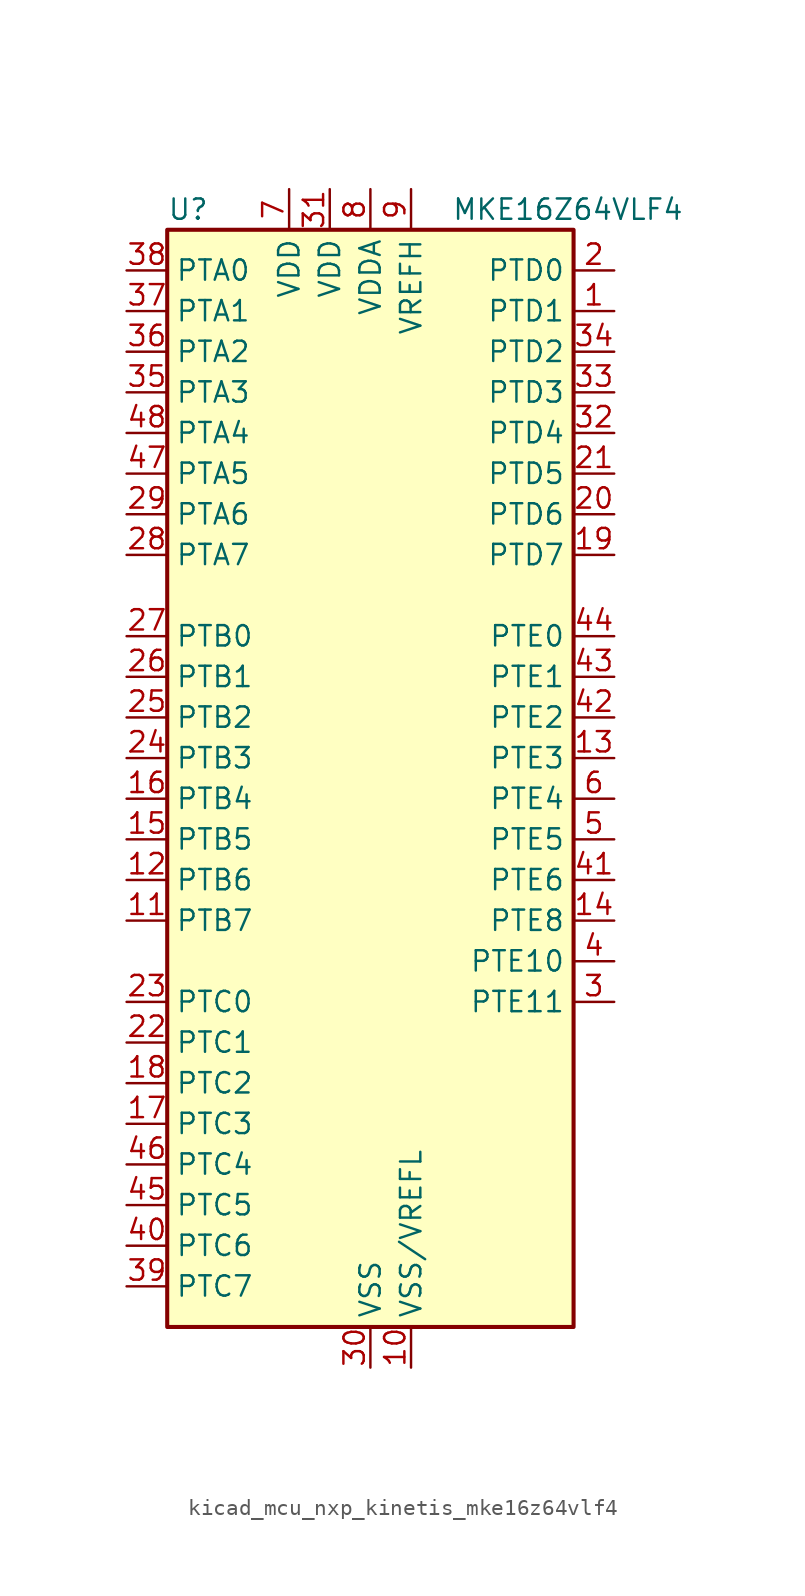
<source format=kicad_sym>
(kicad_symbol_lib
  (version 20220914)
  (generator kicad_symbol_editor)
  (symbol "kicad_mcu_nxp_kinetis_mke16z64vlf4"
    (property "Reference" "U"
      (at -12.7 36.83 0)
      (effects (font (size 1.27 1.27)) (justify left)))
    (property "Value" "MKE16Z64VLF4"
      (at 5.08 36.83 0)
      (effects (font (size 1.27 1.27)) (justify left)))
    (symbol "kicad_mcu_nxp_kinetis_mke16z64vlf4_0_1"
      (rectangle (start -12.7 35.56) (end 12.7 -33.02) (stroke (width 0.254) (type default)) (fill (type background))))
    (symbol "kicad_mcu_nxp_kinetis_mke16z64vlf4_1_1"
      (pin bidirectional line (at 15.24 30.48 180) (length 2.54) (name "PTD1" (effects (font (size 1.27 1.27)))) (number "1" (effects (font (size 1.27 1.27)))))
      (pin power_in line (at 2.54 -35.56 90) (length 2.54) (name "VSS/VREFL" (effects (font (size 1.27 1.27)))) (number "10" (effects (font (size 1.27 1.27)))))
      (pin bidirectional line (at -15.24 -7.62 0) (length 2.54) (name "PTB7" (effects (font (size 1.27 1.27)))) (number "11" (effects (font (size 1.27 1.27)))))
      (pin bidirectional line (at -15.24 -5.08 0) (length 2.54) (name "PTB6" (effects (font (size 1.27 1.27)))) (number "12" (effects (font (size 1.27 1.27)))))
      (pin bidirectional line (at 15.24 2.54 180) (length 2.54) (name "PTE3" (effects (font (size 1.27 1.27)))) (number "13" (effects (font (size 1.27 1.27)))))
      (pin bidirectional line (at 15.24 -7.62 180) (length 2.54) (name "PTE8" (effects (font (size 1.27 1.27)))) (number "14" (effects (font (size 1.27 1.27)))))
      (pin bidirectional line (at -15.24 -2.54 0) (length 2.54) (name "PTB5" (effects (font (size 1.27 1.27)))) (number "15" (effects (font (size 1.27 1.27)))))
      (pin bidirectional line (at -15.24 0 0) (length 2.54) (name "PTB4" (effects (font (size 1.27 1.27)))) (number "16" (effects (font (size 1.27 1.27)))))
      (pin bidirectional line (at -15.24 -20.32 0) (length 2.54) (name "PTC3" (effects (font (size 1.27 1.27)))) (number "17" (effects (font (size 1.27 1.27)))))
      (pin bidirectional line (at -15.24 -17.78 0) (length 2.54) (name "PTC2" (effects (font (size 1.27 1.27)))) (number "18" (effects (font (size 1.27 1.27)))))
      (pin bidirectional line (at 15.24 15.24 180) (length 2.54) (name "PTD7" (effects (font (size 1.27 1.27)))) (number "19" (effects (font (size 1.27 1.27)))))
      (pin bidirectional line (at 15.24 33.02 180) (length 2.54) (name "PTD0" (effects (font (size 1.27 1.27)))) (number "2" (effects (font (size 1.27 1.27)))))
      (pin bidirectional line (at 15.24 17.78 180) (length 2.54) (name "PTD6" (effects (font (size 1.27 1.27)))) (number "20" (effects (font (size 1.27 1.27)))))
      (pin bidirectional line (at 15.24 20.32 180) (length 2.54) (name "PTD5" (effects (font (size 1.27 1.27)))) (number "21" (effects (font (size 1.27 1.27)))))
      (pin bidirectional line (at -15.24 -15.24 0) (length 2.54) (name "PTC1" (effects (font (size 1.27 1.27)))) (number "22" (effects (font (size 1.27 1.27)))))
      (pin bidirectional line (at -15.24 -12.7 0) (length 2.54) (name "PTC0" (effects (font (size 1.27 1.27)))) (number "23" (effects (font (size 1.27 1.27)))))
      (pin bidirectional line (at -15.24 2.54 0) (length 2.54) (name "PTB3" (effects (font (size 1.27 1.27)))) (number "24" (effects (font (size 1.27 1.27)))))
      (pin bidirectional line (at -15.24 5.08 0) (length 2.54) (name "PTB2" (effects (font (size 1.27 1.27)))) (number "25" (effects (font (size 1.27 1.27)))))
      (pin bidirectional line (at -15.24 7.62 0) (length 2.54) (name "PTB1" (effects (font (size 1.27 1.27)))) (number "26" (effects (font (size 1.27 1.27)))))
      (pin bidirectional line (at -15.24 10.16 0) (length 2.54) (name "PTB0" (effects (font (size 1.27 1.27)))) (number "27" (effects (font (size 1.27 1.27)))))
      (pin bidirectional line (at -15.24 15.24 0) (length 2.54) (name "PTA7" (effects (font (size 1.27 1.27)))) (number "28" (effects (font (size 1.27 1.27)))))
      (pin bidirectional line (at -15.24 17.78 0) (length 2.54) (name "PTA6" (effects (font (size 1.27 1.27)))) (number "29" (effects (font (size 1.27 1.27)))))
      (pin bidirectional line (at 15.24 -12.7 180) (length 2.54) (name "PTE11" (effects (font (size 1.27 1.27)))) (number "3" (effects (font (size 1.27 1.27)))))
      (pin power_in line (at 0 -35.56 90) (length 2.54) (name "VSS" (effects (font (size 1.27 1.27)))) (number "30" (effects (font (size 1.27 1.27)))))
      (pin power_in line (at -2.54 38.1 270) (length 2.54) (name "VDD" (effects (font (size 1.27 1.27)))) (number "31" (effects (font (size 1.27 1.27)))))
      (pin bidirectional line (at 15.24 22.86 180) (length 2.54) (name "PTD4" (effects (font (size 1.27 1.27)))) (number "32" (effects (font (size 1.27 1.27)))))
      (pin bidirectional line (at 15.24 25.4 180) (length 2.54) (name "PTD3" (effects (font (size 1.27 1.27)))) (number "33" (effects (font (size 1.27 1.27)))))
      (pin bidirectional line (at 15.24 27.94 180) (length 2.54) (name "PTD2" (effects (font (size 1.27 1.27)))) (number "34" (effects (font (size 1.27 1.27)))))
      (pin bidirectional line (at -15.24 25.4 0) (length 2.54) (name "PTA3" (effects (font (size 1.27 1.27)))) (number "35" (effects (font (size 1.27 1.27)))))
      (pin bidirectional line (at -15.24 27.94 0) (length 2.54) (name "PTA2" (effects (font (size 1.27 1.27)))) (number "36" (effects (font (size 1.27 1.27)))))
      (pin bidirectional line (at -15.24 30.48 0) (length 2.54) (name "PTA1" (effects (font (size 1.27 1.27)))) (number "37" (effects (font (size 1.27 1.27)))))
      (pin bidirectional line (at -15.24 33.02 0) (length 2.54) (name "PTA0" (effects (font (size 1.27 1.27)))) (number "38" (effects (font (size 1.27 1.27)))))
      (pin bidirectional line (at -15.24 -30.48 0) (length 2.54) (name "PTC7" (effects (font (size 1.27 1.27)))) (number "39" (effects (font (size 1.27 1.27)))))
      (pin bidirectional line (at 15.24 -10.16 180) (length 2.54) (name "PTE10" (effects (font (size 1.27 1.27)))) (number "4" (effects (font (size 1.27 1.27)))))
      (pin bidirectional line (at -15.24 -27.94 0) (length 2.54) (name "PTC6" (effects (font (size 1.27 1.27)))) (number "40" (effects (font (size 1.27 1.27)))))
      (pin bidirectional line (at 15.24 -5.08 180) (length 2.54) (name "PTE6" (effects (font (size 1.27 1.27)))) (number "41" (effects (font (size 1.27 1.27)))))
      (pin bidirectional line (at 15.24 5.08 180) (length 2.54) (name "PTE2" (effects (font (size 1.27 1.27)))) (number "42" (effects (font (size 1.27 1.27)))))
      (pin bidirectional line (at 15.24 7.62 180) (length 2.54) (name "PTE1" (effects (font (size 1.27 1.27)))) (number "43" (effects (font (size 1.27 1.27)))))
      (pin bidirectional line (at 15.24 10.16 180) (length 2.54) (name "PTE0" (effects (font (size 1.27 1.27)))) (number "44" (effects (font (size 1.27 1.27)))))
      (pin bidirectional line (at -15.24 -25.4 0) (length 2.54) (name "PTC5" (effects (font (size 1.27 1.27)))) (number "45" (effects (font (size 1.27 1.27)))))
      (pin bidirectional line (at -15.24 -22.86 0) (length 2.54) (name "PTC4" (effects (font (size 1.27 1.27)))) (number "46" (effects (font (size 1.27 1.27)))))
      (pin bidirectional line (at -15.24 20.32 0) (length 2.54) (name "PTA5" (effects (font (size 1.27 1.27)))) (number "47" (effects (font (size 1.27 1.27)))))
      (pin bidirectional line (at -15.24 22.86 0) (length 2.54) (name "PTA4" (effects (font (size 1.27 1.27)))) (number "48" (effects (font (size 1.27 1.27)))))
      (pin bidirectional line (at 15.24 -2.54 180) (length 2.54) (name "PTE5" (effects (font (size 1.27 1.27)))) (number "5" (effects (font (size 1.27 1.27)))))
      (pin bidirectional line (at 15.24 0 180) (length 2.54) (name "PTE4" (effects (font (size 1.27 1.27)))) (number "6" (effects (font (size 1.27 1.27)))))
      (pin power_in line (at -5.08 38.1 270) (length 2.54) (name "VDD" (effects (font (size 1.27 1.27)))) (number "7" (effects (font (size 1.27 1.27)))))
      (pin power_in line (at 0 38.1 270) (length 2.54) (name "VDDA" (effects (font (size 1.27 1.27)))) (number "8" (effects (font (size 1.27 1.27)))))
      (pin power_in line (at 2.54 38.1 270) (length 2.54) (name "VREFH" (effects (font (size 1.27 1.27)))) (number "9" (effects (font (size 1.27 1.27))))))))
</source>
